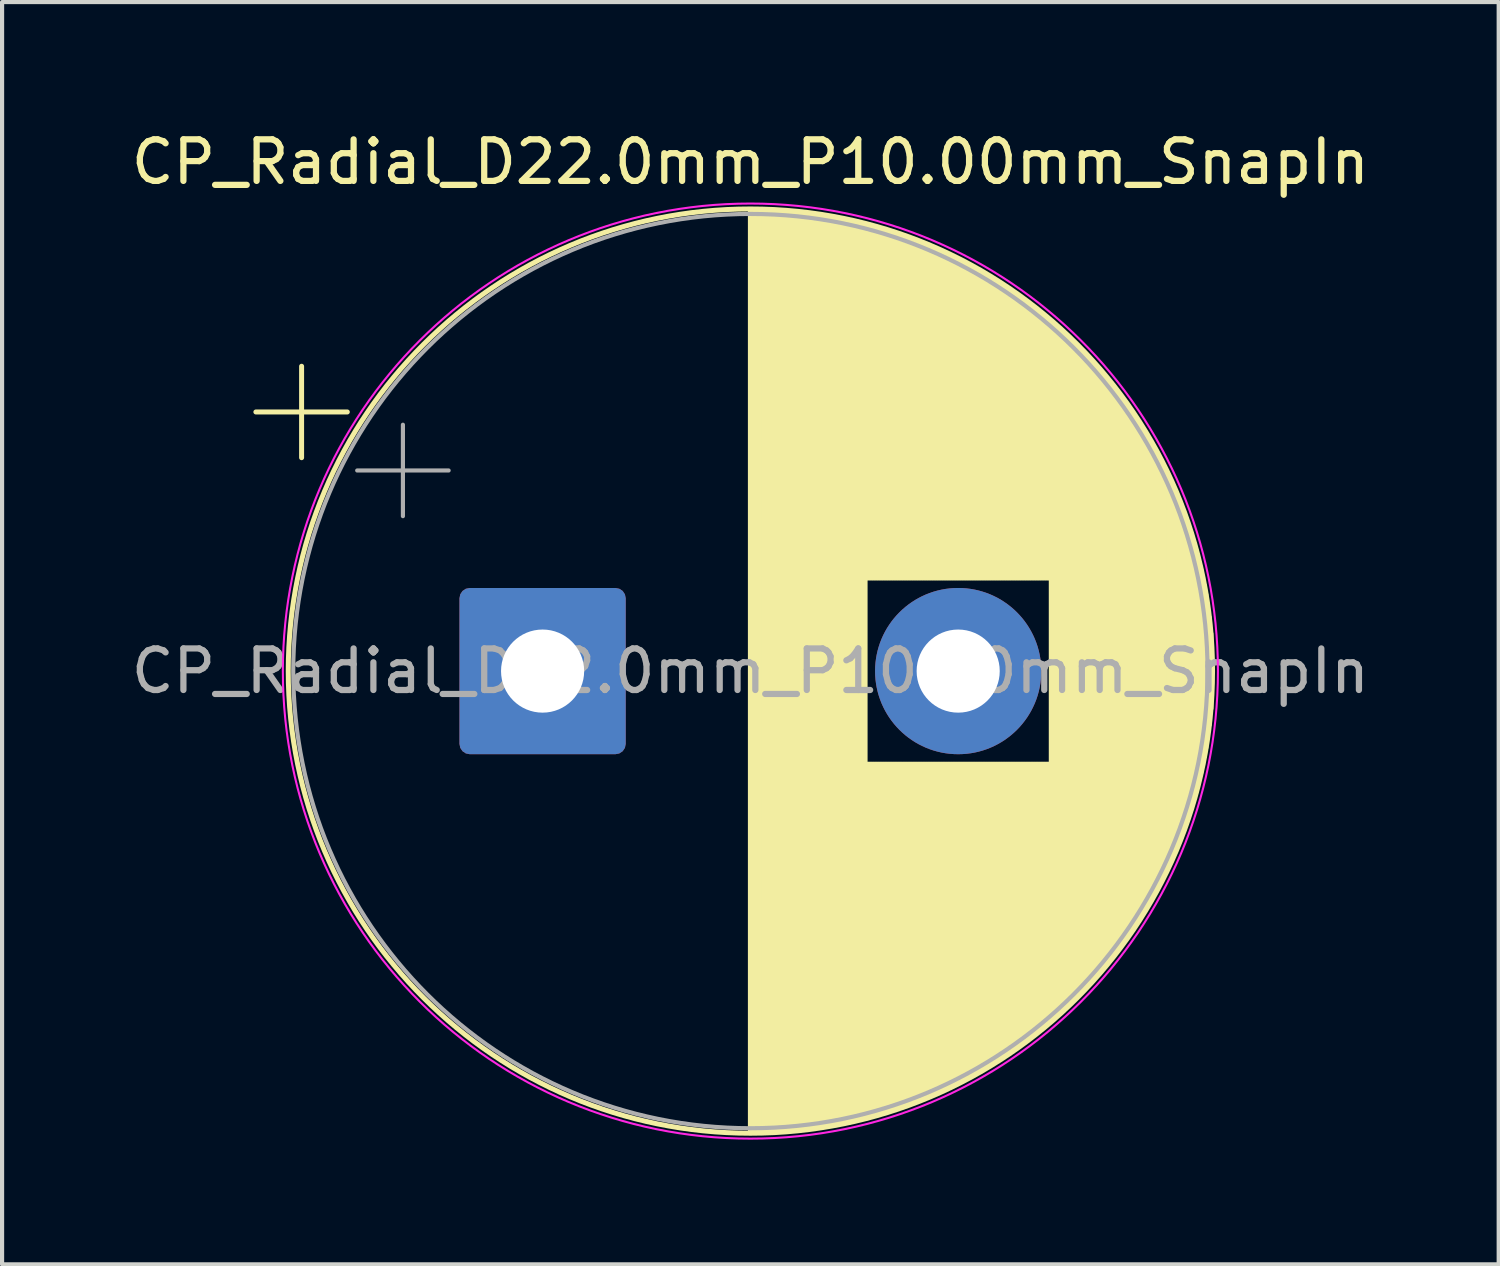
<source format=kicad_pcb>
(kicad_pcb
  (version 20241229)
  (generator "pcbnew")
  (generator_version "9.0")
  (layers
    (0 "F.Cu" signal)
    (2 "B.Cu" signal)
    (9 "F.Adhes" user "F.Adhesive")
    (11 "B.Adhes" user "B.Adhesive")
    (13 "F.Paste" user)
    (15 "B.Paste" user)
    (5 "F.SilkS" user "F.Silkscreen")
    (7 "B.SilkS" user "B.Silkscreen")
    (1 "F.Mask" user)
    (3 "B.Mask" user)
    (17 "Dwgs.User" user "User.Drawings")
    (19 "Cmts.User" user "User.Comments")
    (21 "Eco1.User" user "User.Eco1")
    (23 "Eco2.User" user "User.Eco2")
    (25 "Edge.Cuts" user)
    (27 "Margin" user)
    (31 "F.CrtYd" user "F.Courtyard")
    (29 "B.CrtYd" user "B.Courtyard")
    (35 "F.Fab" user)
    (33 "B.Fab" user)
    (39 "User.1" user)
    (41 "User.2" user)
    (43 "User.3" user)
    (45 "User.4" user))
  (footprint "CP_Radial_D22.0mm_P10.00mm_SnapIn"
    (layer "F.Cu")
    (at 10.006 13.098)
    (property "Reference" "CP_Radial_D22.0mm_P10.00mm_SnapIn" (at 5 -12.25 0) (layer "F.SilkS") (effects (font (size 1 1) (thickness 0.15))))
    (attr through_hole)
    (fp_line (start -6.899 -6.235) (end -4.699 -6.235) (stroke (width 0.12) (type solid)) (layer "F.SilkS"))
    (fp_line (start -5.799 -7.335) (end -5.799 -5.135) (stroke (width 0.12) (type solid)) (layer "F.SilkS"))
    (fp_line (start 5 -11.08) (end 5 11.08) (stroke (width 0.12) (type solid)) (layer "F.SilkS"))
    (fp_line (start 5.04 -11.08) (end 5.04 11.08) (stroke (width 0.12) (type solid)) (layer "F.SilkS"))
    (fp_line (start 5.08 -11.08) (end 5.08 11.08) (stroke (width 0.12) (type solid)) (layer "F.SilkS"))
    (fp_line (start 5.12 -11.079) (end 5.12 11.079) (stroke (width 0.12) (type solid)) (layer "F.SilkS"))
    (fp_line (start 5.16 -11.079) (end 5.16 11.079) (stroke (width 0.12) (type solid)) (layer "F.SilkS"))
    (fp_line (start 5.2 -11.078) (end 5.2 11.078) (stroke (width 0.12) (type solid)) (layer "F.SilkS"))
    (fp_line (start 5.24 -11.077) (end 5.24 11.077) (stroke (width 0.12) (type solid)) (layer "F.SilkS"))
    (fp_line (start 5.28 -11.076) (end 5.28 11.076) (stroke (width 0.12) (type solid)) (layer "F.SilkS"))
    (fp_line (start 5.32 -11.075) (end 5.32 11.075) (stroke (width 0.12) (type solid)) (layer "F.SilkS"))
    (fp_line (start 5.36 -11.074) (end 5.36 11.074) (stroke (width 0.12) (type solid)) (layer "F.SilkS"))
    (fp_line (start 5.4 -11.073) (end 5.4 11.073) (stroke (width 0.12) (type solid)) (layer "F.SilkS"))
    (fp_line (start 5.44 -11.071) (end 5.44 11.071) (stroke (width 0.12) (type solid)) (layer "F.SilkS"))
    (fp_line (start 5.48 -11.07) (end 5.48 11.07) (stroke (width 0.12) (type solid)) (layer "F.SilkS"))
    (fp_line (start 5.52 -11.068) (end 5.52 11.068) (stroke (width 0.12) (type solid)) (layer "F.SilkS"))
    (fp_line (start 5.56 -11.066) (end 5.56 11.066) (stroke (width 0.12) (type solid)) (layer "F.SilkS"))
    (fp_line (start 5.6 -11.064) (end 5.6 11.064) (stroke (width 0.12) (type solid)) (layer "F.SilkS"))
    (fp_line (start 5.64 -11.062) (end 5.64 11.062) (stroke (width 0.12) (type solid)) (layer "F.SilkS"))
    (fp_line (start 5.68 -11.059) (end 5.68 11.059) (stroke (width 0.12) (type solid)) (layer "F.SilkS"))
    (fp_line (start 5.72 -11.057) (end 5.72 11.057) (stroke (width 0.12) (type solid)) (layer "F.SilkS"))
    (fp_line (start 5.76 -11.054) (end 5.76 11.054) (stroke (width 0.12) (type solid)) (layer "F.SilkS"))
    (fp_line (start 5.8 -11.051) (end 5.8 11.051) (stroke (width 0.12) (type solid)) (layer "F.SilkS"))
    (fp_line (start 5.84 -11.048) (end 5.84 11.048) (stroke (width 0.12) (type solid)) (layer "F.SilkS"))
    (fp_line (start 5.88 -11.045) (end 5.88 11.045) (stroke (width 0.12) (type solid)) (layer "F.SilkS"))
    (fp_line (start 5.92 -11.042) (end 5.92 11.042) (stroke (width 0.12) (type solid)) (layer "F.SilkS"))
    (fp_line (start 5.96 -11.038) (end 5.96 11.038) (stroke (width 0.12) (type solid)) (layer "F.SilkS"))
    (fp_line (start 6 -11.035) (end 6 11.035) (stroke (width 0.12) (type solid)) (layer "F.SilkS"))
    (fp_line (start 6.04 -11.031) (end 6.04 11.031) (stroke (width 0.12) (type solid)) (layer "F.SilkS"))
    (fp_line (start 6.08 -11.027) (end 6.08 11.027) (stroke (width 0.12) (type solid)) (layer "F.SilkS"))
    (fp_line (start 6.12 -11.023) (end 6.12 11.023) (stroke (width 0.12) (type solid)) (layer "F.SilkS"))
    (fp_line (start 6.16 -11.019) (end 6.16 11.019) (stroke (width 0.12) (type solid)) (layer "F.SilkS"))
    (fp_line (start 6.2 -11.015) (end 6.2 11.015) (stroke (width 0.12) (type solid)) (layer "F.SilkS"))
    (fp_line (start 6.24 -11.011) (end 6.24 11.011) (stroke (width 0.12) (type solid)) (layer "F.SilkS"))
    (fp_line (start 6.28 -11.006) (end 6.28 11.006) (stroke (width 0.12) (type solid)) (layer "F.SilkS"))
    (fp_line (start 6.32 -11.001) (end 6.32 11.001) (stroke (width 0.12) (type solid)) (layer "F.SilkS"))
    (fp_line (start 6.36 -10.997) (end 6.36 10.997) (stroke (width 0.12) (type solid)) (layer "F.SilkS"))
    (fp_line (start 6.4 -10.992) (end 6.4 10.992) (stroke (width 0.12) (type solid)) (layer "F.SilkS"))
    (fp_line (start 6.44 -10.986) (end 6.44 10.986) (stroke (width 0.12) (type solid)) (layer "F.SilkS"))
    (fp_line (start 6.48 -10.981) (end 6.48 10.981) (stroke (width 0.12) (type solid)) (layer "F.SilkS"))
    (fp_line (start 6.52 -10.976) (end 6.52 10.976) (stroke (width 0.12) (type solid)) (layer "F.SilkS"))
    (fp_line (start 6.56 -10.97) (end 6.56 10.97) (stroke (width 0.12) (type solid)) (layer "F.SilkS"))
    (fp_line (start 6.6 -10.964) (end 6.6 10.964) (stroke (width 0.12) (type solid)) (layer "F.SilkS"))
    (fp_line (start 6.64 -10.958) (end 6.64 10.958) (stroke (width 0.12) (type solid)) (layer "F.SilkS"))
    (fp_line (start 6.68 -10.952) (end 6.68 10.952) (stroke (width 0.12) (type solid)) (layer "F.SilkS"))
    (fp_line (start 6.72 -10.946) (end 6.72 10.946) (stroke (width 0.12) (type solid)) (layer "F.SilkS"))
    (fp_line (start 6.76 -10.94) (end 6.76 10.94) (stroke (width 0.12) (type solid)) (layer "F.SilkS"))
    (fp_line (start 6.8 -10.933) (end 6.8 10.933) (stroke (width 0.12) (type solid)) (layer "F.SilkS"))
    (fp_line (start 6.84 -10.927) (end 6.84 10.927) (stroke (width 0.12) (type solid)) (layer "F.SilkS"))
    (fp_line (start 6.88 -10.92) (end 6.88 10.92) (stroke (width 0.12) (type solid)) (layer "F.SilkS"))
    (fp_line (start 6.92 -10.913) (end 6.92 10.913) (stroke (width 0.12) (type solid)) (layer "F.SilkS"))
    (fp_line (start 6.96 -10.906) (end 6.96 10.906) (stroke (width 0.12) (type solid)) (layer "F.SilkS"))
    (fp_line (start 7 -10.899) (end 7 10.899) (stroke (width 0.12) (type solid)) (layer "F.SilkS"))
    (fp_line (start 7.04 -10.891) (end 7.04 10.891) (stroke (width 0.12) (type solid)) (layer "F.SilkS"))
    (fp_line (start 7.08 -10.884) (end 7.08 10.884) (stroke (width 0.12) (type solid)) (layer "F.SilkS"))
    (fp_line (start 7.12 -10.876) (end 7.12 10.876) (stroke (width 0.12) (type solid)) (layer "F.SilkS"))
    (fp_line (start 7.16 -10.868) (end 7.16 10.868) (stroke (width 0.12) (type solid)) (layer "F.SilkS"))
    (fp_line (start 7.2 -10.86) (end 7.2 10.86) (stroke (width 0.12) (type solid)) (layer "F.SilkS"))
    (fp_line (start 7.24 -10.852) (end 7.24 10.852) (stroke (width 0.12) (type solid)) (layer "F.SilkS"))
    (fp_line (start 7.28 -10.844) (end 7.28 10.844) (stroke (width 0.12) (type solid)) (layer "F.SilkS"))
    (fp_line (start 7.32 -10.835) (end 7.32 10.835) (stroke (width 0.12) (type solid)) (layer "F.SilkS"))
    (fp_line (start 7.36 -10.827) (end 7.36 10.827) (stroke (width 0.12) (type solid)) (layer "F.SilkS"))
    (fp_line (start 7.4 -10.818) (end 7.4 10.818) (stroke (width 0.12) (type solid)) (layer "F.SilkS"))
    (fp_line (start 7.44 -10.809) (end 7.44 10.809) (stroke (width 0.12) (type solid)) (layer "F.SilkS"))
    (fp_line (start 7.48 -10.8) (end 7.48 10.8) (stroke (width 0.12) (type solid)) (layer "F.SilkS"))
    (fp_line (start 7.52 -10.791) (end 7.52 10.791) (stroke (width 0.12) (type solid)) (layer "F.SilkS"))
    (fp_line (start 7.56 -10.781) (end 7.56 10.781) (stroke (width 0.12) (type solid)) (layer "F.SilkS"))
    (fp_line (start 7.6 -10.772) (end 7.6 10.772) (stroke (width 0.12) (type solid)) (layer "F.SilkS"))
    (fp_line (start 7.64 -10.762) (end 7.64 10.762) (stroke (width 0.12) (type solid)) (layer "F.SilkS"))
    (fp_line (start 7.68 -10.752) (end 7.68 10.752) (stroke (width 0.12) (type solid)) (layer "F.SilkS"))
    (fp_line (start 7.72 -10.742) (end 7.72 10.742) (stroke (width 0.12) (type solid)) (layer "F.SilkS"))
    (fp_line (start 7.76 -10.732) (end 7.76 10.732) (stroke (width 0.12) (type solid)) (layer "F.SilkS"))
    (fp_line (start 7.8 -10.722) (end 7.8 -2.24) (stroke (width 0.12) (type solid)) (layer "F.SilkS"))
    (fp_line (start 7.8 2.24) (end 7.8 10.722) (stroke (width 0.12) (type solid)) (layer "F.SilkS"))
    (fp_line (start 7.84 -10.711) (end 7.84 -2.24) (stroke (width 0.12) (type solid)) (layer "F.SilkS"))
    (fp_line (start 7.84 2.24) (end 7.84 10.711) (stroke (width 0.12) (type solid)) (layer "F.SilkS"))
    (fp_line (start 7.88 -10.701) (end 7.88 -2.24) (stroke (width 0.12) (type solid)) (layer "F.SilkS"))
    (fp_line (start 7.88 2.24) (end 7.88 10.701) (stroke (width 0.12) (type solid)) (layer "F.SilkS"))
    (fp_line (start 7.92 -10.69) (end 7.92 -2.24) (stroke (width 0.12) (type solid)) (layer "F.SilkS"))
    (fp_line (start 7.92 2.24) (end 7.92 10.69) (stroke (width 0.12) (type solid)) (layer "F.SilkS"))
    (fp_line (start 7.96 -10.679) (end 7.96 -2.24) (stroke (width 0.12) (type solid)) (layer "F.SilkS"))
    (fp_line (start 7.96 2.24) (end 7.96 10.679) (stroke (width 0.12) (type solid)) (layer "F.SilkS"))
    (fp_line (start 8 -10.668) (end 8 -2.24) (stroke (width 0.12) (type solid)) (layer "F.SilkS"))
    (fp_line (start 8 2.24) (end 8 10.668) (stroke (width 0.12) (type solid)) (layer "F.SilkS"))
    (fp_line (start 8.04 -10.656) (end 8.04 -2.24) (stroke (width 0.12) (type solid)) (layer "F.SilkS"))
    (fp_line (start 8.04 2.24) (end 8.04 10.656) (stroke (width 0.12) (type solid)) (layer "F.SilkS"))
    (fp_line (start 8.08 -10.645) (end 8.08 -2.24) (stroke (width 0.12) (type solid)) (layer "F.SilkS"))
    (fp_line (start 8.08 2.24) (end 8.08 10.645) (stroke (width 0.12) (type solid)) (layer "F.SilkS"))
    (fp_line (start 8.12 -10.633) (end 8.12 -2.24) (stroke (width 0.12) (type solid)) (layer "F.SilkS"))
    (fp_line (start 8.12 2.24) (end 8.12 10.633) (stroke (width 0.12) (type solid)) (layer "F.SilkS"))
    (fp_line (start 8.16 -10.622) (end 8.16 -2.24) (stroke (width 0.12) (type solid)) (layer "F.SilkS"))
    (fp_line (start 8.16 2.24) (end 8.16 10.622) (stroke (width 0.12) (type solid)) (layer "F.SilkS"))
    (fp_line (start 8.2 -10.61) (end 8.2 -2.24) (stroke (width 0.12) (type solid)) (layer "F.SilkS"))
    (fp_line (start 8.2 2.24) (end 8.2 10.61) (stroke (width 0.12) (type solid)) (layer "F.SilkS"))
    (fp_line (start 8.24 -10.598) (end 8.24 -2.24) (stroke (width 0.12) (type solid)) (layer "F.SilkS"))
    (fp_line (start 8.24 2.24) (end 8.24 10.598) (stroke (width 0.12) (type solid)) (layer "F.SilkS"))
    (fp_line (start 8.28 -10.585) (end 8.28 -2.24) (stroke (width 0.12) (type solid)) (layer "F.SilkS"))
    (fp_line (start 8.28 2.24) (end 8.28 10.585) (stroke (width 0.12) (type solid)) (layer "F.SilkS"))
    (fp_line (start 8.32 -10.573) (end 8.32 -2.24) (stroke (width 0.12) (type solid)) (layer "F.SilkS"))
    (fp_line (start 8.32 2.24) (end 8.32 10.573) (stroke (width 0.12) (type solid)) (layer "F.SilkS"))
    (fp_line (start 8.36 -10.56) (end 8.36 -2.24) (stroke (width 0.12) (type solid)) (layer "F.SilkS"))
    (fp_line (start 8.36 2.24) (end 8.36 10.56) (stroke (width 0.12) (type solid)) (layer "F.SilkS"))
    (fp_line (start 8.4 -10.547) (end 8.4 -2.24) (stroke (width 0.12) (type solid)) (layer "F.SilkS"))
    (fp_line (start 8.4 2.24) (end 8.4 10.547) (stroke (width 0.12) (type solid)) (layer "F.SilkS"))
    (fp_line (start 8.44 -10.535) (end 8.44 -2.24) (stroke (width 0.12) (type solid)) (layer "F.SilkS"))
    (fp_line (start 8.44 2.24) (end 8.44 10.535) (stroke (width 0.12) (type solid)) (layer "F.SilkS"))
    (fp_line (start 8.48 -10.521) (end 8.48 -2.24) (stroke (width 0.12) (type solid)) (layer "F.SilkS"))
    (fp_line (start 8.48 2.24) (end 8.48 10.521) (stroke (width 0.12) (type solid)) (layer "F.SilkS"))
    (fp_line (start 8.52 -10.508) (end 8.52 -2.24) (stroke (width 0.12) (type solid)) (layer "F.SilkS"))
    (fp_line (start 8.52 2.24) (end 8.52 10.508) (stroke (width 0.12) (type solid)) (layer "F.SilkS"))
    (fp_line (start 8.56 -10.495) (end 8.56 -2.24) (stroke (width 0.12) (type solid)) (layer "F.SilkS"))
    (fp_line (start 8.56 2.24) (end 8.56 10.495) (stroke (width 0.12) (type solid)) (layer "F.SilkS"))
    (fp_line (start 8.6 -10.481) (end 8.6 -2.24) (stroke (width 0.12) (type solid)) (layer "F.SilkS"))
    (fp_line (start 8.6 2.24) (end 8.6 10.481) (stroke (width 0.12) (type solid)) (layer "F.SilkS"))
    (fp_line (start 8.64 -10.467) (end 8.64 -2.24) (stroke (width 0.12) (type solid)) (layer "F.SilkS"))
    (fp_line (start 8.64 2.24) (end 8.64 10.467) (stroke (width 0.12) (type solid)) (layer "F.SilkS"))
    (fp_line (start 8.68 -10.453) (end 8.68 -2.24) (stroke (width 0.12) (type solid)) (layer "F.SilkS"))
    (fp_line (start 8.68 2.24) (end 8.68 10.453) (stroke (width 0.12) (type solid)) (layer "F.SilkS"))
    (fp_line (start 8.72 -10.439) (end 8.72 -2.24) (stroke (width 0.12) (type solid)) (layer "F.SilkS"))
    (fp_line (start 8.72 2.24) (end 8.72 10.439) (stroke (width 0.12) (type solid)) (layer "F.SilkS"))
    (fp_line (start 8.76 -10.425) (end 8.76 -2.24) (stroke (width 0.12) (type solid)) (layer "F.SilkS"))
    (fp_line (start 8.76 2.24) (end 8.76 10.425) (stroke (width 0.12) (type solid)) (layer "F.SilkS"))
    (fp_line (start 8.8 -10.411) (end 8.8 -2.24) (stroke (width 0.12) (type solid)) (layer "F.SilkS"))
    (fp_line (start 8.8 2.24) (end 8.8 10.411) (stroke (width 0.12) (type solid)) (layer "F.SilkS"))
    (fp_line (start 8.84 -10.396) (end 8.84 -2.24) (stroke (width 0.12) (type solid)) (layer "F.SilkS"))
    (fp_line (start 8.84 2.24) (end 8.84 10.396) (stroke (width 0.12) (type solid)) (layer "F.SilkS"))
    (fp_line (start 8.88 -10.381) (end 8.88 -2.24) (stroke (width 0.12) (type solid)) (layer "F.SilkS"))
    (fp_line (start 8.88 2.24) (end 8.88 10.381) (stroke (width 0.12) (type solid)) (layer "F.SilkS"))
    (fp_line (start 8.92 -10.366) (end 8.92 -2.24) (stroke (width 0.12) (type solid)) (layer "F.SilkS"))
    (fp_line (start 8.92 2.24) (end 8.92 10.366) (stroke (width 0.12) (type solid)) (layer "F.SilkS"))
    (fp_line (start 8.96 -10.351) (end 8.96 -2.24) (stroke (width 0.12) (type solid)) (layer "F.SilkS"))
    (fp_line (start 8.96 2.24) (end 8.96 10.351) (stroke (width 0.12) (type solid)) (layer "F.SilkS"))
    (fp_line (start 9 -10.336) (end 9 -2.24) (stroke (width 0.12) (type solid)) (layer "F.SilkS"))
    (fp_line (start 9 2.24) (end 9 10.336) (stroke (width 0.12) (type solid)) (layer "F.SilkS"))
    (fp_line (start 9.04 -10.32) (end 9.04 -2.24) (stroke (width 0.12) (type solid)) (layer "F.SilkS"))
    (fp_line (start 9.04 2.24) (end 9.04 10.32) (stroke (width 0.12) (type solid)) (layer "F.SilkS"))
    (fp_line (start 9.08 -10.304) (end 9.08 -2.24) (stroke (width 0.12) (type solid)) (layer "F.SilkS"))
    (fp_line (start 9.08 2.24) (end 9.08 10.304) (stroke (width 0.12) (type solid)) (layer "F.SilkS"))
    (fp_line (start 9.12 -10.289) (end 9.12 -2.24) (stroke (width 0.12) (type solid)) (layer "F.SilkS"))
    (fp_line (start 9.12 2.24) (end 9.12 10.289) (stroke (width 0.12) (type solid)) (layer "F.SilkS"))
    (fp_line (start 9.16 -10.273) (end 9.16 -2.24) (stroke (width 0.12) (type solid)) (layer "F.SilkS"))
    (fp_line (start 9.16 2.24) (end 9.16 10.273) (stroke (width 0.12) (type solid)) (layer "F.SilkS"))
    (fp_line (start 9.2 -10.256) (end 9.2 -2.24) (stroke (width 0.12) (type solid)) (layer "F.SilkS"))
    (fp_line (start 9.2 2.24) (end 9.2 10.256) (stroke (width 0.12) (type solid)) (layer "F.SilkS"))
    (fp_line (start 9.24 -10.24) (end 9.24 -2.24) (stroke (width 0.12) (type solid)) (layer "F.SilkS"))
    (fp_line (start 9.24 2.24) (end 9.24 10.24) (stroke (width 0.12) (type solid)) (layer "F.SilkS"))
    (fp_line (start 9.28 -10.223) (end 9.28 -2.24) (stroke (width 0.12) (type solid)) (layer "F.SilkS"))
    (fp_line (start 9.28 2.24) (end 9.28 10.223) (stroke (width 0.12) (type solid)) (layer "F.SilkS"))
    (fp_line (start 9.32 -10.207) (end 9.32 -2.24) (stroke (width 0.12) (type solid)) (layer "F.SilkS"))
    (fp_line (start 9.32 2.24) (end 9.32 10.207) (stroke (width 0.12) (type solid)) (layer "F.SilkS"))
    (fp_line (start 9.36 -10.19) (end 9.36 -2.24) (stroke (width 0.12) (type solid)) (layer "F.SilkS"))
    (fp_line (start 9.36 2.24) (end 9.36 10.19) (stroke (width 0.12) (type solid)) (layer "F.SilkS"))
    (fp_line (start 9.4 -10.172) (end 9.4 -2.24) (stroke (width 0.12) (type solid)) (layer "F.SilkS"))
    (fp_line (start 9.4 2.24) (end 9.4 10.172) (stroke (width 0.12) (type solid)) (layer "F.SilkS"))
    (fp_line (start 9.44 -10.155) (end 9.44 -2.24) (stroke (width 0.12) (type solid)) (layer "F.SilkS"))
    (fp_line (start 9.44 2.24) (end 9.44 10.155) (stroke (width 0.12) (type solid)) (layer "F.SilkS"))
    (fp_line (start 9.48 -10.138) (end 9.48 -2.24) (stroke (width 0.12) (type solid)) (layer "F.SilkS"))
    (fp_line (start 9.48 2.24) (end 9.48 10.138) (stroke (width 0.12) (type solid)) (layer "F.SilkS"))
    (fp_line (start 9.52 -10.12) (end 9.52 -2.24) (stroke (width 0.12) (type solid)) (layer "F.SilkS"))
    (fp_line (start 9.52 2.24) (end 9.52 10.12) (stroke (width 0.12) (type solid)) (layer "F.SilkS"))
    (fp_line (start 9.56 -10.102) (end 9.56 -2.24) (stroke (width 0.12) (type solid)) (layer "F.SilkS"))
    (fp_line (start 9.56 2.24) (end 9.56 10.102) (stroke (width 0.12) (type solid)) (layer "F.SilkS"))
    (fp_line (start 9.6 -10.084) (end 9.6 -2.24) (stroke (width 0.12) (type solid)) (layer "F.SilkS"))
    (fp_line (start 9.6 2.24) (end 9.6 10.084) (stroke (width 0.12) (type solid)) (layer "F.SilkS"))
    (fp_line (start 9.64 -10.066) (end 9.64 -2.24) (stroke (width 0.12) (type solid)) (layer "F.SilkS"))
    (fp_line (start 9.64 2.24) (end 9.64 10.066) (stroke (width 0.12) (type solid)) (layer "F.SilkS"))
    (fp_line (start 9.68 -10.047) (end 9.68 -2.24) (stroke (width 0.12) (type solid)) (layer "F.SilkS"))
    (fp_line (start 9.68 2.24) (end 9.68 10.047) (stroke (width 0.12) (type solid)) (layer "F.SilkS"))
    (fp_line (start 9.72 -10.029) (end 9.72 -2.24) (stroke (width 0.12) (type solid)) (layer "F.SilkS"))
    (fp_line (start 9.72 2.24) (end 9.72 10.029) (stroke (width 0.12) (type solid)) (layer "F.SilkS"))
    (fp_line (start 9.76 -10.01) (end 9.76 -2.24) (stroke (width 0.12) (type solid)) (layer "F.SilkS"))
    (fp_line (start 9.76 2.24) (end 9.76 10.01) (stroke (width 0.12) (type solid)) (layer "F.SilkS"))
    (fp_line (start 9.8 -9.991) (end 9.8 -2.24) (stroke (width 0.12) (type solid)) (layer "F.SilkS"))
    (fp_line (start 9.8 2.24) (end 9.8 9.991) (stroke (width 0.12) (type solid)) (layer "F.SilkS"))
    (fp_line (start 9.84 -9.971) (end 9.84 -2.24) (stroke (width 0.12) (type solid)) (layer "F.SilkS"))
    (fp_line (start 9.84 2.24) (end 9.84 9.971) (stroke (width 0.12) (type solid)) (layer "F.SilkS"))
    (fp_line (start 9.88 -9.952) (end 9.88 -2.24) (stroke (width 0.12) (type solid)) (layer "F.SilkS"))
    (fp_line (start 9.88 2.24) (end 9.88 9.952) (stroke (width 0.12) (type solid)) (layer "F.SilkS"))
    (fp_line (start 9.92 -9.932) (end 9.92 -2.24) (stroke (width 0.12) (type solid)) (layer "F.SilkS"))
    (fp_line (start 9.92 2.24) (end 9.92 9.932) (stroke (width 0.12) (type solid)) (layer "F.SilkS"))
    (fp_line (start 9.96 -9.913) (end 9.96 -2.24) (stroke (width 0.12) (type solid)) (layer "F.SilkS"))
    (fp_line (start 9.96 2.24) (end 9.96 9.913) (stroke (width 0.12) (type solid)) (layer "F.SilkS"))
    (fp_line (start 10 -9.892) (end 10 -2.24) (stroke (width 0.12) (type solid)) (layer "F.SilkS"))
    (fp_line (start 10 2.24) (end 10 9.892) (stroke (width 0.12) (type solid)) (layer "F.SilkS"))
    (fp_line (start 10.04 -9.872) (end 10.04 -2.24) (stroke (width 0.12) (type solid)) (layer "F.SilkS"))
    (fp_line (start 10.04 2.24) (end 10.04 9.872) (stroke (width 0.12) (type solid)) (layer "F.SilkS"))
    (fp_line (start 10.08 -9.852) (end 10.08 -2.24) (stroke (width 0.12) (type solid)) (layer "F.SilkS"))
    (fp_line (start 10.08 2.24) (end 10.08 9.852) (stroke (width 0.12) (type solid)) (layer "F.SilkS"))
    (fp_line (start 10.12 -9.831) (end 10.12 -2.24) (stroke (width 0.12) (type solid)) (layer "F.SilkS"))
    (fp_line (start 10.12 2.24) (end 10.12 9.831) (stroke (width 0.12) (type solid)) (layer "F.SilkS"))
    (fp_line (start 10.16 -9.81) (end 10.16 -2.24) (stroke (width 0.12) (type solid)) (layer "F.SilkS"))
    (fp_line (start 10.16 2.24) (end 10.16 9.81) (stroke (width 0.12) (type solid)) (layer "F.SilkS"))
    (fp_line (start 10.2 -9.789) (end 10.2 -2.24) (stroke (width 0.12) (type solid)) (layer "F.SilkS"))
    (fp_line (start 10.2 2.24) (end 10.2 9.789) (stroke (width 0.12) (type solid)) (layer "F.SilkS"))
    (fp_line (start 10.24 -9.768) (end 10.24 -2.24) (stroke (width 0.12) (type solid)) (layer "F.SilkS"))
    (fp_line (start 10.24 2.24) (end 10.24 9.768) (stroke (width 0.12) (type solid)) (layer "F.SilkS"))
    (fp_line (start 10.28 -9.747) (end 10.28 -2.24) (stroke (width 0.12) (type solid)) (layer "F.SilkS"))
    (fp_line (start 10.28 2.24) (end 10.28 9.747) (stroke (width 0.12) (type solid)) (layer "F.SilkS"))
    (fp_line (start 10.32 -9.725) (end 10.32 -2.24) (stroke (width 0.12) (type solid)) (layer "F.SilkS"))
    (fp_line (start 10.32 2.24) (end 10.32 9.725) (stroke (width 0.12) (type solid)) (layer "F.SilkS"))
    (fp_line (start 10.36 -9.703) (end 10.36 -2.24) (stroke (width 0.12) (type solid)) (layer "F.SilkS"))
    (fp_line (start 10.36 2.24) (end 10.36 9.703) (stroke (width 0.12) (type solid)) (layer "F.SilkS"))
    (fp_line (start 10.4 -9.681) (end 10.4 -2.24) (stroke (width 0.12) (type solid)) (layer "F.SilkS"))
    (fp_line (start 10.4 2.24) (end 10.4 9.681) (stroke (width 0.12) (type solid)) (layer "F.SilkS"))
    (fp_line (start 10.44 -9.658) (end 10.44 -2.24) (stroke (width 0.12) (type solid)) (layer "F.SilkS"))
    (fp_line (start 10.44 2.24) (end 10.44 9.658) (stroke (width 0.12) (type solid)) (layer "F.SilkS"))
    (fp_line (start 10.48 -9.636) (end 10.48 -2.24) (stroke (width 0.12) (type solid)) (layer "F.SilkS"))
    (fp_line (start 10.48 2.24) (end 10.48 9.636) (stroke (width 0.12) (type solid)) (layer "F.SilkS"))
    (fp_line (start 10.52 -9.613) (end 10.52 -2.24) (stroke (width 0.12) (type solid)) (layer "F.SilkS"))
    (fp_line (start 10.52 2.24) (end 10.52 9.613) (stroke (width 0.12) (type solid)) (layer "F.SilkS"))
    (fp_line (start 10.56 -9.59) (end 10.56 -2.24) (stroke (width 0.12) (type solid)) (layer "F.SilkS"))
    (fp_line (start 10.56 2.24) (end 10.56 9.59) (stroke (width 0.12) (type solid)) (layer "F.SilkS"))
    (fp_line (start 10.6 -9.567) (end 10.6 -2.24) (stroke (width 0.12) (type solid)) (layer "F.SilkS"))
    (fp_line (start 10.6 2.24) (end 10.6 9.567) (stroke (width 0.12) (type solid)) (layer "F.SilkS"))
    (fp_line (start 10.64 -9.544) (end 10.64 -2.24) (stroke (width 0.12) (type solid)) (layer "F.SilkS"))
    (fp_line (start 10.64 2.24) (end 10.64 9.544) (stroke (width 0.12) (type solid)) (layer "F.SilkS"))
    (fp_line (start 10.68 -9.52) (end 10.68 -2.24) (stroke (width 0.12) (type solid)) (layer "F.SilkS"))
    (fp_line (start 10.68 2.24) (end 10.68 9.52) (stroke (width 0.12) (type solid)) (layer "F.SilkS"))
    (fp_line (start 10.72 -9.496) (end 10.72 -2.24) (stroke (width 0.12) (type solid)) (layer "F.SilkS"))
    (fp_line (start 10.72 2.24) (end 10.72 9.496) (stroke (width 0.12) (type solid)) (layer "F.SilkS"))
    (fp_line (start 10.76 -9.472) (end 10.76 -2.24) (stroke (width 0.12) (type solid)) (layer "F.SilkS"))
    (fp_line (start 10.76 2.24) (end 10.76 9.472) (stroke (width 0.12) (type solid)) (layer "F.SilkS"))
    (fp_line (start 10.8 -9.448) (end 10.8 -2.24) (stroke (width 0.12) (type solid)) (layer "F.SilkS"))
    (fp_line (start 10.8 2.24) (end 10.8 9.448) (stroke (width 0.12) (type solid)) (layer "F.SilkS"))
    (fp_line (start 10.84 -9.423) (end 10.84 -2.24) (stroke (width 0.12) (type solid)) (layer "F.SilkS"))
    (fp_line (start 10.84 2.24) (end 10.84 9.423) (stroke (width 0.12) (type solid)) (layer "F.SilkS"))
    (fp_line (start 10.88 -9.398) (end 10.88 -2.24) (stroke (width 0.12) (type solid)) (layer "F.SilkS"))
    (fp_line (start 10.88 2.24) (end 10.88 9.398) (stroke (width 0.12) (type solid)) (layer "F.SilkS"))
    (fp_line (start 10.92 -9.373) (end 10.92 -2.24) (stroke (width 0.12) (type solid)) (layer "F.SilkS"))
    (fp_line (start 10.92 2.24) (end 10.92 9.373) (stroke (width 0.12) (type solid)) (layer "F.SilkS"))
    (fp_line (start 10.96 -9.348) (end 10.96 -2.24) (stroke (width 0.12) (type solid)) (layer "F.SilkS"))
    (fp_line (start 10.96 2.24) (end 10.96 9.348) (stroke (width 0.12) (type solid)) (layer "F.SilkS"))
    (fp_line (start 11 -9.322) (end 11 -2.24) (stroke (width 0.12) (type solid)) (layer "F.SilkS"))
    (fp_line (start 11 2.24) (end 11 9.322) (stroke (width 0.12) (type solid)) (layer "F.SilkS"))
    (fp_line (start 11.04 -9.297) (end 11.04 -2.24) (stroke (width 0.12) (type solid)) (layer "F.SilkS"))
    (fp_line (start 11.04 2.24) (end 11.04 9.297) (stroke (width 0.12) (type solid)) (layer "F.SilkS"))
    (fp_line (start 11.08 -9.271) (end 11.08 -2.24) (stroke (width 0.12) (type solid)) (layer "F.SilkS"))
    (fp_line (start 11.08 2.24) (end 11.08 9.271) (stroke (width 0.12) (type solid)) (layer "F.SilkS"))
    (fp_line (start 11.12 -9.244) (end 11.12 -2.24) (stroke (width 0.12) (type solid)) (layer "F.SilkS"))
    (fp_line (start 11.12 2.24) (end 11.12 9.244) (stroke (width 0.12) (type solid)) (layer "F.SilkS"))
    (fp_line (start 11.16 -9.218) (end 11.16 -2.24) (stroke (width 0.12) (type solid)) (layer "F.SilkS"))
    (fp_line (start 11.16 2.24) (end 11.16 9.218) (stroke (width 0.12) (type solid)) (layer "F.SilkS"))
    (fp_line (start 11.2 -9.191) (end 11.2 -2.24) (stroke (width 0.12) (type solid)) (layer "F.SilkS"))
    (fp_line (start 11.2 2.24) (end 11.2 9.191) (stroke (width 0.12) (type solid)) (layer "F.SilkS"))
    (fp_line (start 11.24 -9.164) (end 11.24 -2.24) (stroke (width 0.12) (type solid)) (layer "F.SilkS"))
    (fp_line (start 11.24 2.24) (end 11.24 9.164) (stroke (width 0.12) (type solid)) (layer "F.SilkS"))
    (fp_line (start 11.28 -9.137) (end 11.28 -2.24) (stroke (width 0.12) (type solid)) (layer "F.SilkS"))
    (fp_line (start 11.28 2.24) (end 11.28 9.137) (stroke (width 0.12) (type solid)) (layer "F.SilkS"))
    (fp_line (start 11.32 -9.109) (end 11.32 -2.24) (stroke (width 0.12) (type solid)) (layer "F.SilkS"))
    (fp_line (start 11.32 2.24) (end 11.32 9.109) (stroke (width 0.12) (type solid)) (layer "F.SilkS"))
    (fp_line (start 11.36 -9.082) (end 11.36 -2.24) (stroke (width 0.12) (type solid)) (layer "F.SilkS"))
    (fp_line (start 11.36 2.24) (end 11.36 9.082) (stroke (width 0.12) (type solid)) (layer "F.SilkS"))
    (fp_line (start 11.4 -9.054) (end 11.4 -2.24) (stroke (width 0.12) (type solid)) (layer "F.SilkS"))
    (fp_line (start 11.4 2.24) (end 11.4 9.054) (stroke (width 0.12) (type solid)) (layer "F.SilkS"))
    (fp_line (start 11.44 -9.025) (end 11.44 -2.24) (stroke (width 0.12) (type solid)) (layer "F.SilkS"))
    (fp_line (start 11.44 2.24) (end 11.44 9.025) (stroke (width 0.12) (type solid)) (layer "F.SilkS"))
    (fp_line (start 11.48 -8.997) (end 11.48 -2.24) (stroke (width 0.12) (type solid)) (layer "F.SilkS"))
    (fp_line (start 11.48 2.24) (end 11.48 8.997) (stroke (width 0.12) (type solid)) (layer "F.SilkS"))
    (fp_line (start 11.52 -8.968) (end 11.52 -2.24) (stroke (width 0.12) (type solid)) (layer "F.SilkS"))
    (fp_line (start 11.52 2.24) (end 11.52 8.968) (stroke (width 0.12) (type solid)) (layer "F.SilkS"))
    (fp_line (start 11.56 -8.939) (end 11.56 -2.24) (stroke (width 0.12) (type solid)) (layer "F.SilkS"))
    (fp_line (start 11.56 2.24) (end 11.56 8.939) (stroke (width 0.12) (type solid)) (layer "F.SilkS"))
    (fp_line (start 11.6 -8.91) (end 11.6 -2.24) (stroke (width 0.12) (type solid)) (layer "F.SilkS"))
    (fp_line (start 11.6 2.24) (end 11.6 8.91) (stroke (width 0.12) (type solid)) (layer "F.SilkS"))
    (fp_line (start 11.64 -8.88) (end 11.64 -2.24) (stroke (width 0.12) (type solid)) (layer "F.SilkS"))
    (fp_line (start 11.64 2.24) (end 11.64 8.88) (stroke (width 0.12) (type solid)) (layer "F.SilkS"))
    (fp_line (start 11.68 -8.85) (end 11.68 -2.24) (stroke (width 0.12) (type solid)) (layer "F.SilkS"))
    (fp_line (start 11.68 2.24) (end 11.68 8.85) (stroke (width 0.12) (type solid)) (layer "F.SilkS"))
    (fp_line (start 11.72 -8.82) (end 11.72 -2.24) (stroke (width 0.12) (type solid)) (layer "F.SilkS"))
    (fp_line (start 11.72 2.24) (end 11.72 8.82) (stroke (width 0.12) (type solid)) (layer "F.SilkS"))
    (fp_line (start 11.76 -8.789) (end 11.76 -2.24) (stroke (width 0.12) (type solid)) (layer "F.SilkS"))
    (fp_line (start 11.76 2.24) (end 11.76 8.789) (stroke (width 0.12) (type solid)) (layer "F.SilkS"))
    (fp_line (start 11.8 -8.759) (end 11.8 -2.24) (stroke (width 0.12) (type solid)) (layer "F.SilkS"))
    (fp_line (start 11.8 2.24) (end 11.8 8.759) (stroke (width 0.12) (type solid)) (layer "F.SilkS"))
    (fp_line (start 11.84 -8.727) (end 11.84 -2.24) (stroke (width 0.12) (type solid)) (layer "F.SilkS"))
    (fp_line (start 11.84 2.24) (end 11.84 8.727) (stroke (width 0.12) (type solid)) (layer "F.SilkS"))
    (fp_line (start 11.88 -8.696) (end 11.88 -2.24) (stroke (width 0.12) (type solid)) (layer "F.SilkS"))
    (fp_line (start 11.88 2.24) (end 11.88 8.696) (stroke (width 0.12) (type solid)) (layer "F.SilkS"))
    (fp_line (start 11.92 -8.664) (end 11.92 -2.24) (stroke (width 0.12) (type solid)) (layer "F.SilkS"))
    (fp_line (start 11.92 2.24) (end 11.92 8.664) (stroke (width 0.12) (type solid)) (layer "F.SilkS"))
    (fp_line (start 11.96 -8.633) (end 11.96 -2.24) (stroke (width 0.12) (type solid)) (layer "F.SilkS"))
    (fp_line (start 11.96 2.24) (end 11.96 8.633) (stroke (width 0.12) (type solid)) (layer "F.SilkS"))
    (fp_line (start 12 -8.6) (end 12 -2.24) (stroke (width 0.12) (type solid)) (layer "F.SilkS"))
    (fp_line (start 12 2.24) (end 12 8.6) (stroke (width 0.12) (type solid)) (layer "F.SilkS"))
    (fp_line (start 12.04 -8.568) (end 12.04 -2.24) (stroke (width 0.12) (type solid)) (layer "F.SilkS"))
    (fp_line (start 12.04 2.24) (end 12.04 8.568) (stroke (width 0.12) (type solid)) (layer "F.SilkS"))
    (fp_line (start 12.08 -8.535) (end 12.08 -2.24) (stroke (width 0.12) (type solid)) (layer "F.SilkS"))
    (fp_line (start 12.08 2.24) (end 12.08 8.535) (stroke (width 0.12) (type solid)) (layer "F.SilkS"))
    (fp_line (start 12.12 -8.502) (end 12.12 -2.24) (stroke (width 0.12) (type solid)) (layer "F.SilkS"))
    (fp_line (start 12.12 2.24) (end 12.12 8.502) (stroke (width 0.12) (type solid)) (layer "F.SilkS"))
    (fp_line (start 12.16 -8.468) (end 12.16 -2.24) (stroke (width 0.12) (type solid)) (layer "F.SilkS"))
    (fp_line (start 12.16 2.24) (end 12.16 8.468) (stroke (width 0.12) (type solid)) (layer "F.SilkS"))
    (fp_line (start 12.2 -8.434) (end 12.2 -2.24) (stroke (width 0.12) (type solid)) (layer "F.SilkS"))
    (fp_line (start 12.2 2.24) (end 12.2 8.434) (stroke (width 0.12) (type solid)) (layer "F.SilkS"))
    (fp_line (start 12.24 -8.4) (end 12.24 8.4) (stroke (width 0.12) (type solid)) (layer "F.SilkS"))
    (fp_line (start 12.28 -8.366) (end 12.28 8.366) (stroke (width 0.12) (type solid)) (layer "F.SilkS"))
    (fp_line (start 12.32 -8.331) (end 12.32 8.331) (stroke (width 0.12) (type solid)) (layer "F.SilkS"))
    (fp_line (start 12.36 -8.296) (end 12.36 8.296) (stroke (width 0.12) (type solid)) (layer "F.SilkS"))
    (fp_line (start 12.4 -8.26) (end 12.4 8.26) (stroke (width 0.12) (type solid)) (layer "F.SilkS"))
    (fp_line (start 12.44 -8.224) (end 12.44 8.224) (stroke (width 0.12) (type solid)) (layer "F.SilkS"))
    (fp_line (start 12.48 -8.188) (end 12.48 8.188) (stroke (width 0.12) (type solid)) (layer "F.SilkS"))
    (fp_line (start 12.52 -8.152) (end 12.52 8.152) (stroke (width 0.12) (type solid)) (layer "F.SilkS"))
    (fp_line (start 12.56 -8.115) (end 12.56 8.115) (stroke (width 0.12) (type solid)) (layer "F.SilkS"))
    (fp_line (start 12.6 -8.078) (end 12.6 8.078) (stroke (width 0.12) (type solid)) (layer "F.SilkS"))
    (fp_line (start 12.64 -8.04) (end 12.64 8.04) (stroke (width 0.12) (type solid)) (layer "F.SilkS"))
    (fp_line (start 12.68 -8.002) (end 12.68 8.002) (stroke (width 0.12) (type solid)) (layer "F.SilkS"))
    (fp_line (start 12.72 -7.963) (end 12.72 7.963) (stroke (width 0.12) (type solid)) (layer "F.SilkS"))
    (fp_line (start 12.76 -7.925) (end 12.76 7.925) (stroke (width 0.12) (type solid)) (layer "F.SilkS"))
    (fp_line (start 12.8 -7.886) (end 12.8 7.886) (stroke (width 0.12) (type solid)) (layer "F.SilkS"))
    (fp_line (start 12.84 -7.846) (end 12.84 7.846) (stroke (width 0.12) (type solid)) (layer "F.SilkS"))
    (fp_line (start 12.88 -7.806) (end 12.88 7.806) (stroke (width 0.12) (type solid)) (layer "F.SilkS"))
    (fp_line (start 12.92 -7.766) (end 12.92 7.766) (stroke (width 0.12) (type solid)) (layer "F.SilkS"))
    (fp_line (start 12.96 -7.725) (end 12.96 7.725) (stroke (width 0.12) (type solid)) (layer "F.SilkS"))
    (fp_line (start 13 -7.684) (end 13 7.684) (stroke (width 0.12) (type solid)) (layer "F.SilkS"))
    (fp_line (start 13.04 -7.642) (end 13.04 7.642) (stroke (width 0.12) (type solid)) (layer "F.SilkS"))
    (fp_line (start 13.08 -7.6) (end 13.08 7.6) (stroke (width 0.12) (type solid)) (layer "F.SilkS"))
    (fp_line (start 13.12 -7.557) (end 13.12 7.557) (stroke (width 0.12) (type solid)) (layer "F.SilkS"))
    (fp_line (start 13.16 -7.514) (end 13.16 7.514) (stroke (width 0.12) (type solid)) (layer "F.SilkS"))
    (fp_line (start 13.2 -7.471) (end 13.2 7.471) (stroke (width 0.12) (type solid)) (layer "F.SilkS"))
    (fp_line (start 13.24 -7.427) (end 13.24 7.427) (stroke (width 0.12) (type solid)) (layer "F.SilkS"))
    (fp_line (start 13.28 -7.383) (end 13.28 7.383) (stroke (width 0.12) (type solid)) (layer "F.SilkS"))
    (fp_line (start 13.32 -7.338) (end 13.32 7.338) (stroke (width 0.12) (type solid)) (layer "F.SilkS"))
    (fp_line (start 13.36 -7.292) (end 13.36 7.292) (stroke (width 0.12) (type solid)) (layer "F.SilkS"))
    (fp_line (start 13.4 -7.247) (end 13.4 7.247) (stroke (width 0.12) (type solid)) (layer "F.SilkS"))
    (fp_line (start 13.44 -7.2) (end 13.44 7.2) (stroke (width 0.12) (type solid)) (layer "F.SilkS"))
    (fp_line (start 13.48 -7.153) (end 13.48 7.153) (stroke (width 0.12) (type solid)) (layer "F.SilkS"))
    (fp_line (start 13.52 -7.106) (end 13.52 7.106) (stroke (width 0.12) (type solid)) (layer "F.SilkS"))
    (fp_line (start 13.56 -7.058) (end 13.56 7.058) (stroke (width 0.12) (type solid)) (layer "F.SilkS"))
    (fp_line (start 13.6 -7.009) (end 13.6 7.009) (stroke (width 0.12) (type solid)) (layer "F.SilkS"))
    (fp_line (start 13.64 -6.96) (end 13.64 6.96) (stroke (width 0.12) (type solid)) (layer "F.SilkS"))
    (fp_line (start 13.68 -6.911) (end 13.68 6.911) (stroke (width 0.12) (type solid)) (layer "F.SilkS"))
    (fp_line (start 13.72 -6.86) (end 13.72 6.86) (stroke (width 0.12) (type solid)) (layer "F.SilkS"))
    (fp_line (start 13.76 -6.81) (end 13.76 6.81) (stroke (width 0.12) (type solid)) (layer "F.SilkS"))
    (fp_line (start 13.8 -6.758) (end 13.8 6.758) (stroke (width 0.12) (type solid)) (layer "F.SilkS"))
    (fp_line (start 13.84 -6.706) (end 13.84 6.706) (stroke (width 0.12) (type solid)) (layer "F.SilkS"))
    (fp_line (start 13.88 -6.653) (end 13.88 6.653) (stroke (width 0.12) (type solid)) (layer "F.SilkS"))
    (fp_line (start 13.92 -6.6) (end 13.92 6.6) (stroke (width 0.12) (type solid)) (layer "F.SilkS"))
    (fp_line (start 13.96 -6.546) (end 13.96 6.546) (stroke (width 0.12) (type solid)) (layer "F.SilkS"))
    (fp_line (start 14 -6.491) (end 14 6.491) (stroke (width 0.12) (type solid)) (layer "F.SilkS"))
    (fp_line (start 14.04 -6.436) (end 14.04 6.436) (stroke (width 0.12) (type solid)) (layer "F.SilkS"))
    (fp_line (start 14.08 -6.379) (end 14.08 6.379) (stroke (width 0.12) (type solid)) (layer "F.SilkS"))
    (fp_line (start 14.12 -6.322) (end 14.12 6.322) (stroke (width 0.12) (type solid)) (layer "F.SilkS"))
    (fp_line (start 14.16 -6.265) (end 14.16 6.265) (stroke (width 0.12) (type solid)) (layer "F.SilkS"))
    (fp_line (start 14.2 -6.206) (end 14.2 6.206) (stroke (width 0.12) (type solid)) (layer "F.SilkS"))
    (fp_line (start 14.24 -6.147) (end 14.24 6.147) (stroke (width 0.12) (type solid)) (layer "F.SilkS"))
    (fp_line (start 14.28 -6.087) (end 14.28 6.087) (stroke (width 0.12) (type solid)) (layer "F.SilkS"))
    (fp_line (start 14.32 -6.026) (end 14.32 6.026) (stroke (width 0.12) (type solid)) (layer "F.SilkS"))
    (fp_line (start 14.36 -5.964) (end 14.36 5.964) (stroke (width 0.12) (type solid)) (layer "F.SilkS"))
    (fp_line (start 14.4 -5.901) (end 14.4 5.901) (stroke (width 0.12) (type solid)) (layer "F.SilkS"))
    (fp_line (start 14.44 -5.837) (end 14.44 5.837) (stroke (width 0.12) (type solid)) (layer "F.SilkS"))
    (fp_line (start 14.48 -5.772) (end 14.48 5.772) (stroke (width 0.12) (type solid)) (layer "F.SilkS"))
    (fp_line (start 14.52 -5.707) (end 14.52 5.707) (stroke (width 0.12) (type solid)) (layer "F.SilkS"))
    (fp_line (start 14.56 -5.64) (end 14.56 5.64) (stroke (width 0.12) (type solid)) (layer "F.SilkS"))
    (fp_line (start 14.6 -5.572) (end 14.6 5.572) (stroke (width 0.12) (type solid)) (layer "F.SilkS"))
    (fp_line (start 14.64 -5.503) (end 14.64 5.503) (stroke (width 0.12) (type solid)) (layer "F.SilkS"))
    (fp_line (start 14.68 -5.433) (end 14.68 5.433) (stroke (width 0.12) (type solid)) (layer "F.SilkS"))
    (fp_line (start 14.72 -5.361) (end 14.72 5.361) (stroke (width 0.12) (type solid)) (layer "F.SilkS"))
    (fp_line (start 14.76 -5.289) (end 14.76 5.289) (stroke (width 0.12) (type solid)) (layer "F.SilkS"))
    (fp_line (start 14.8 -5.215) (end 14.8 5.215) (stroke (width 0.12) (type solid)) (layer "F.SilkS"))
    (fp_line (start 14.84 -5.14) (end 14.84 5.14) (stroke (width 0.12) (type solid)) (layer "F.SilkS"))
    (fp_line (start 14.88 -5.063) (end 14.88 5.063) (stroke (width 0.12) (type solid)) (layer "F.SilkS"))
    (fp_line (start 14.92 -4.985) (end 14.92 4.985) (stroke (width 0.12) (type solid)) (layer "F.SilkS"))
    (fp_line (start 14.96 -4.905) (end 14.96 4.905) (stroke (width 0.12) (type solid)) (layer "F.SilkS"))
    (fp_line (start 15 -4.824) (end 15 4.824) (stroke (width 0.12) (type solid)) (layer "F.SilkS"))
    (fp_line (start 15.04 -4.74) (end 15.04 4.74) (stroke (width 0.12) (type solid)) (layer "F.SilkS"))
    (fp_line (start 15.08 -4.656) (end 15.08 4.656) (stroke (width 0.12) (type solid)) (layer "F.SilkS"))
    (fp_line (start 15.12 -4.569) (end 15.12 4.569) (stroke (width 0.12) (type solid)) (layer "F.SilkS"))
    (fp_line (start 15.16 -4.48) (end 15.16 4.48) (stroke (width 0.12) (type solid)) (layer "F.SilkS"))
    (fp_line (start 15.2 -4.389) (end 15.2 4.389) (stroke (width 0.12) (type solid)) (layer "F.SilkS"))
    (fp_line (start 15.24 -4.296) (end 15.24 4.296) (stroke (width 0.12) (type solid)) (layer "F.SilkS"))
    (fp_line (start 15.28 -4.2) (end 15.28 4.2) (stroke (width 0.12) (type solid)) (layer "F.SilkS"))
    (fp_line (start 15.32 -4.101) (end 15.32 4.101) (stroke (width 0.12) (type solid)) (layer "F.SilkS"))
    (fp_line (start 15.36 -4) (end 15.36 4) (stroke (width 0.12) (type solid)) (layer "F.SilkS"))
    (fp_line (start 15.4 -3.896) (end 15.4 3.896) (stroke (width 0.12) (type solid)) (layer "F.SilkS"))
    (fp_line (start 15.44 -3.789) (end 15.44 3.789) (stroke (width 0.12) (type solid)) (layer "F.SilkS"))
    (fp_line (start 15.48 -3.678) (end 15.48 3.678) (stroke (width 0.12) (type solid)) (layer "F.SilkS"))
    (fp_line (start 15.52 -3.563) (end 15.52 3.563) (stroke (width 0.12) (type solid)) (layer "F.SilkS"))
    (fp_line (start 15.56 -3.444) (end 15.56 3.444) (stroke (width 0.12) (type solid)) (layer "F.SilkS"))
    (fp_line (start 15.6 -3.321) (end 15.6 3.321) (stroke (width 0.12) (type solid)) (layer "F.SilkS"))
    (fp_line (start 15.64 -3.192) (end 15.64 3.192) (stroke (width 0.12) (type solid)) (layer "F.SilkS"))
    (fp_line (start 15.68 -3.057) (end 15.68 3.057) (stroke (width 0.12) (type solid)) (layer "F.SilkS"))
    (fp_line (start 15.72 -2.916) (end 15.72 2.916) (stroke (width 0.12) (type solid)) (layer "F.SilkS"))
    (fp_line (start 15.76 -2.767) (end 15.76 2.767) (stroke (width 0.12) (type solid)) (layer "F.SilkS"))
    (fp_line (start 15.8 -2.608) (end 15.8 2.608) (stroke (width 0.12) (type solid)) (layer "F.SilkS"))
    (fp_line (start 15.84 -2.44) (end 15.84 2.44) (stroke (width 0.12) (type solid)) (layer "F.SilkS"))
    (fp_line (start 15.88 -2.258) (end 15.88 2.258) (stroke (width 0.12) (type solid)) (layer "F.SilkS"))
    (fp_line (start 15.92 -2.06) (end 15.92 2.06) (stroke (width 0.12) (type solid)) (layer "F.SilkS"))
    (fp_line (start 15.96 -1.84) (end 15.96 1.84) (stroke (width 0.12) (type solid)) (layer "F.SilkS"))
    (fp_line (start 16 -1.589) (end 16 1.589) (stroke (width 0.12) (type solid)) (layer "F.SilkS"))
    (fp_line (start 16.04 -1.291) (end 16.04 1.291) (stroke (width 0.12) (type solid)) (layer "F.SilkS"))
    (fp_line (start 16.08 -0.902) (end 16.08 0.902) (stroke (width 0.12) (type solid)) (layer "F.SilkS"))
    (fp_line (start 16.12 0.04) (end 16.12 -0.04) (stroke (width 0.12) (type solid)) (layer "F.SilkS"))
    (fp_circle (center 5 0) (end 16.12 0) (stroke (width 0.12) (type solid)) (fill no) (layer "F.SilkS"))
    (fp_circle (center 5 0) (end 16.25 0) (stroke (width 0.05) (type solid)) (fill no) (layer "F.CrtYd"))
    (fp_line (start -4.461 -4.827) (end -2.261 -4.827) (stroke (width 0.1) (type solid)) (layer "F.Fab"))
    (fp_line (start -3.361 -5.928) (end -3.361 -3.728) (stroke (width 0.1) (type solid)) (layer "F.Fab"))
    (fp_circle (center 5 0) (end 16 0) (stroke (width 0.1) (type solid)) (fill no) (layer "F.Fab"))
    (fp_text user "${REFERENCE}" (at 5 0 0) (layer "F.Fab") (effects (font (size 1 1) (thickness 0.15))))
    (pad "1" thru_hole roundrect (at 0 0) (size 4 4) (drill 2) (layers "*.Cu" "*.Mask") (roundrect_rratio 0.062))
    (pad "2" thru_hole circle (at 10 0) (size 4 4) (drill 2) (layers "*.Cu" "*.Mask")))
  (gr_rect
    (start -3 -3)
    (end 33.012 27.373)
    (stroke (width 0.1) (type default))
    (fill no)
    (layer "Edge.Cuts")))
</source>
